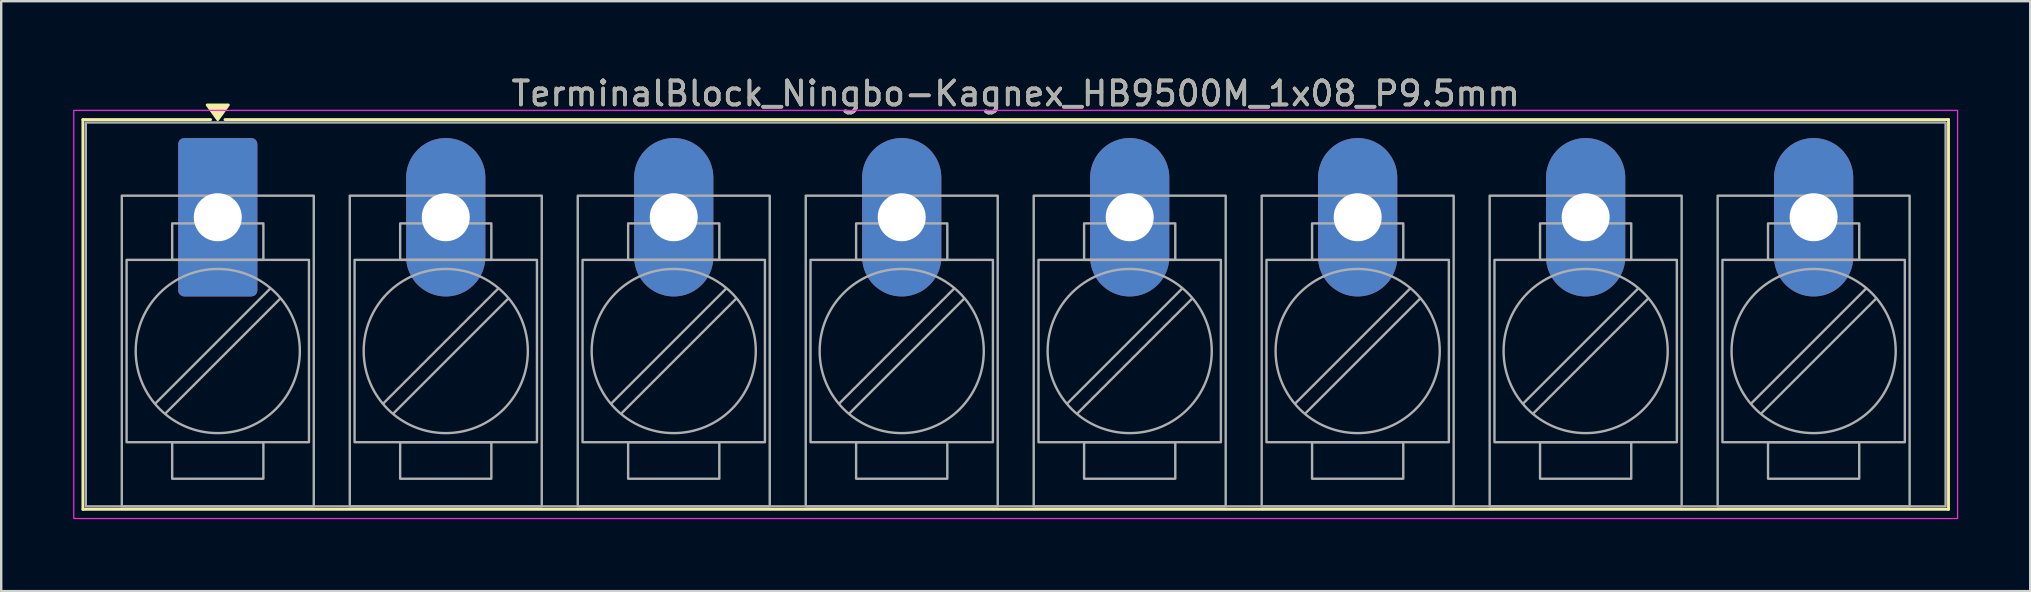
<source format=kicad_pcb>
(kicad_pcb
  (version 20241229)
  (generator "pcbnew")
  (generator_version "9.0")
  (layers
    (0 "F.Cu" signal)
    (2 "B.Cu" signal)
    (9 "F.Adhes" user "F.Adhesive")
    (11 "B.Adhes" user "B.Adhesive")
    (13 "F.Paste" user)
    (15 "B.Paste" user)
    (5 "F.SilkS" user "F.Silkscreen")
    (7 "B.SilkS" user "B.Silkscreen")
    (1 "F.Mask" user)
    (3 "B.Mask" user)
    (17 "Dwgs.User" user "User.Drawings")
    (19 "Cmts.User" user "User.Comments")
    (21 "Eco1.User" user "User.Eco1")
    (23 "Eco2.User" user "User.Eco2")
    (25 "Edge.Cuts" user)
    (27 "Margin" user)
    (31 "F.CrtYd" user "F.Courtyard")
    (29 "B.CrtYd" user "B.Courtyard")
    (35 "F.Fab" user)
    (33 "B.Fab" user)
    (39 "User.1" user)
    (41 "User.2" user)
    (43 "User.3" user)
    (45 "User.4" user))
  (footprint "TerminalBlock_Ningbo-Kagnex_HB9500M_1x08_P9.5mm"
    (layer "F.Cu")
    (at 6.025 6.003)
    (property "Reference" "TerminalBlock_Ningbo-Kagnex_HB9500M_1x08_P9.5mm" (at 33.25 -5.155 0) (layer "F.SilkS") (effects (font (size 1 1) (thickness 0.15))))
    (attr through_hole)
    (fp_line (start -5.62 -4.07) (end -0.3 -4.07) (stroke (width 0.12) (type solid)) (layer "F.SilkS"))
    (fp_line (start -5.62 12.17) (end -5.62 -4.07) (stroke (width 0.12) (type solid)) (layer "F.SilkS"))
    (fp_line (start 0.3 -4.07) (end 72.12 -4.07) (stroke (width 0.12) (type solid)) (layer "F.SilkS"))
    (fp_line (start 72.12 -4.07) (end 72.12 12.17) (stroke (width 0.12) (type solid)) (layer "F.SilkS"))
    (fp_line (start 72.12 12.17) (end -5.62 12.17) (stroke (width 0.12) (type solid)) (layer "F.SilkS"))
    (fp_poly (pts (xy 0 -4.07) (xy -0.44 -4.68) (xy 0.44 -4.68)) (stroke (width 0.12) (type solid)) (fill yes) (layer "F.SilkS"))
    (fp_rect (start -6 -4.455) (end 72.5 12.555) (stroke (width 0.05) (type solid)) (fill no) (layer "F.CrtYd"))
    (fp_line (start 2.176 2.981) (end -2.594 7.751) (stroke (width 0.1) (type solid)) (layer "F.Fab"))
    (fp_line (start 2.594 3.399) (end -2.176 8.169) (stroke (width 0.1) (type solid)) (layer "F.Fab"))
    (fp_line (start 11.676 2.981) (end 6.906 7.751) (stroke (width 0.1) (type solid)) (layer "F.Fab"))
    (fp_line (start 12.094 3.399) (end 7.324 8.169) (stroke (width 0.1) (type solid)) (layer "F.Fab"))
    (fp_line (start 21.176 2.981) (end 16.406 7.751) (stroke (width 0.1) (type solid)) (layer "F.Fab"))
    (fp_line (start 21.594 3.399) (end 16.824 8.169) (stroke (width 0.1) (type solid)) (layer "F.Fab"))
    (fp_line (start 30.676 2.981) (end 25.906 7.751) (stroke (width 0.1) (type solid)) (layer "F.Fab"))
    (fp_line (start 31.094 3.399) (end 26.324 8.169) (stroke (width 0.1) (type solid)) (layer "F.Fab"))
    (fp_line (start 40.176 2.981) (end 35.406 7.751) (stroke (width 0.1) (type solid)) (layer "F.Fab"))
    (fp_line (start 40.594 3.399) (end 35.824 8.169) (stroke (width 0.1) (type solid)) (layer "F.Fab"))
    (fp_line (start 49.676 2.981) (end 44.906 7.751) (stroke (width 0.1) (type solid)) (layer "F.Fab"))
    (fp_line (start 50.094 3.399) (end 45.324 8.169) (stroke (width 0.1) (type solid)) (layer "F.Fab"))
    (fp_line (start 59.176 2.981) (end 54.406 7.751) (stroke (width 0.1) (type solid)) (layer "F.Fab"))
    (fp_line (start 59.594 3.399) (end 54.824 8.169) (stroke (width 0.1) (type solid)) (layer "F.Fab"))
    (fp_line (start 68.676 2.981) (end 63.906 7.751) (stroke (width 0.1) (type solid)) (layer "F.Fab"))
    (fp_line (start 69.094 3.399) (end 64.324 8.169) (stroke (width 0.1) (type solid)) (layer "F.Fab"))
    (fp_rect (start -5.5 -3.95) (end 72 12.05) (stroke (width 0.1) (type solid)) (fill no) (layer "F.Fab"))
    (fp_rect (start -4 -0.9) (end 4 12.05) (stroke (width 0.1) (type solid)) (fill no) (layer "F.Fab"))
    (fp_rect (start -3.8 1.775) (end 3.8 9.375) (stroke (width 0.1) (type solid)) (fill no) (layer "F.Fab"))
    (fp_rect (start -1.9 0.255) (end 1.9 1.775) (stroke (width 0.1) (type solid)) (fill no) (layer "F.Fab"))
    (fp_rect (start -1.9 9.375) (end 1.9 10.895) (stroke (width 0.1) (type solid)) (fill no) (layer "F.Fab"))
    (fp_rect (start 5.5 -0.9) (end 13.5 12.05) (stroke (width 0.1) (type solid)) (fill no) (layer "F.Fab"))
    (fp_rect (start 5.7 1.775) (end 13.3 9.375) (stroke (width 0.1) (type solid)) (fill no) (layer "F.Fab"))
    (fp_rect (start 7.6 0.255) (end 11.4 1.775) (stroke (width 0.1) (type solid)) (fill no) (layer "F.Fab"))
    (fp_rect (start 7.6 9.375) (end 11.4 10.895) (stroke (width 0.1) (type solid)) (fill no) (layer "F.Fab"))
    (fp_rect (start 15 -0.9) (end 23 12.05) (stroke (width 0.1) (type solid)) (fill no) (layer "F.Fab"))
    (fp_rect (start 15.2 1.775) (end 22.8 9.375) (stroke (width 0.1) (type solid)) (fill no) (layer "F.Fab"))
    (fp_rect (start 17.1 0.255) (end 20.9 1.775) (stroke (width 0.1) (type solid)) (fill no) (layer "F.Fab"))
    (fp_rect (start 17.1 9.375) (end 20.9 10.895) (stroke (width 0.1) (type solid)) (fill no) (layer "F.Fab"))
    (fp_rect (start 24.5 -0.9) (end 32.5 12.05) (stroke (width 0.1) (type solid)) (fill no) (layer "F.Fab"))
    (fp_rect (start 24.7 1.775) (end 32.3 9.375) (stroke (width 0.1) (type solid)) (fill no) (layer "F.Fab"))
    (fp_rect (start 26.6 0.255) (end 30.4 1.775) (stroke (width 0.1) (type solid)) (fill no) (layer "F.Fab"))
    (fp_rect (start 26.6 9.375) (end 30.4 10.895) (stroke (width 0.1) (type solid)) (fill no) (layer "F.Fab"))
    (fp_rect (start 34 -0.9) (end 42 12.05) (stroke (width 0.1) (type solid)) (fill no) (layer "F.Fab"))
    (fp_rect (start 34.2 1.775) (end 41.8 9.375) (stroke (width 0.1) (type solid)) (fill no) (layer "F.Fab"))
    (fp_rect (start 36.1 0.255) (end 39.9 1.775) (stroke (width 0.1) (type solid)) (fill no) (layer "F.Fab"))
    (fp_rect (start 36.1 9.375) (end 39.9 10.895) (stroke (width 0.1) (type solid)) (fill no) (layer "F.Fab"))
    (fp_rect (start 43.5 -0.9) (end 51.5 12.05) (stroke (width 0.1) (type solid)) (fill no) (layer "F.Fab"))
    (fp_rect (start 43.7 1.775) (end 51.3 9.375) (stroke (width 0.1) (type solid)) (fill no) (layer "F.Fab"))
    (fp_rect (start 45.6 0.255) (end 49.4 1.775) (stroke (width 0.1) (type solid)) (fill no) (layer "F.Fab"))
    (fp_rect (start 45.6 9.375) (end 49.4 10.895) (stroke (width 0.1) (type solid)) (fill no) (layer "F.Fab"))
    (fp_rect (start 53 -0.9) (end 61 12.05) (stroke (width 0.1) (type solid)) (fill no) (layer "F.Fab"))
    (fp_rect (start 53.2 1.775) (end 60.8 9.375) (stroke (width 0.1) (type solid)) (fill no) (layer "F.Fab"))
    (fp_rect (start 55.1 0.255) (end 58.9 1.775) (stroke (width 0.1) (type solid)) (fill no) (layer "F.Fab"))
    (fp_rect (start 55.1 9.375) (end 58.9 10.895) (stroke (width 0.1) (type solid)) (fill no) (layer "F.Fab"))
    (fp_rect (start 62.5 -0.9) (end 70.5 12.05) (stroke (width 0.1) (type solid)) (fill no) (layer "F.Fab"))
    (fp_rect (start 62.7 1.775) (end 70.3 9.375) (stroke (width 0.1) (type solid)) (fill no) (layer "F.Fab"))
    (fp_rect (start 64.6 0.255) (end 68.4 1.775) (stroke (width 0.1) (type solid)) (fill no) (layer "F.Fab"))
    (fp_rect (start 64.6 9.375) (end 68.4 10.895) (stroke (width 0.1) (type solid)) (fill no) (layer "F.Fab"))
    (fp_circle (center 0 5.575) (end 3.42 5.575) (stroke (width 0.1) (type solid)) (fill no) (layer "F.Fab"))
    (fp_circle (center 9.5 5.575) (end 12.92 5.575) (stroke (width 0.1) (type solid)) (fill no) (layer "F.Fab"))
    (fp_circle (center 19 5.575) (end 22.42 5.575) (stroke (width 0.1) (type solid)) (fill no) (layer "F.Fab"))
    (fp_circle (center 28.5 5.575) (end 31.92 5.575) (stroke (width 0.1) (type solid)) (fill no) (layer "F.Fab"))
    (fp_circle (center 38 5.575) (end 41.42 5.575) (stroke (width 0.1) (type solid)) (fill no) (layer "F.Fab"))
    (fp_circle (center 47.5 5.575) (end 50.92 5.575) (stroke (width 0.1) (type solid)) (fill no) (layer "F.Fab"))
    (fp_circle (center 57 5.575) (end 60.42 5.575) (stroke (width 0.1) (type solid)) (fill no) (layer "F.Fab"))
    (fp_circle (center 66.5 5.575) (end 69.92 5.575) (stroke (width 0.1) (type solid)) (fill no) (layer "F.Fab"))
    (fp_text user "${REFERENCE}" (at 33.25 -5.155 0) (layer "F.Fab") (effects (font (size 1 1) (thickness 0.15))))
    (pad "1" thru_hole roundrect (at 0 0) (size 3.3 6.6) (drill 2) (layers "*.Cu" "*.Mask") (roundrect_rratio 0.076))
    (pad "2" thru_hole oval (at 9.5 0) (size 3.3 6.6) (drill 2) (layers "*.Cu" "*.Mask"))
    (pad "3" thru_hole oval (at 19 0) (size 3.3 6.6) (drill 2) (layers "*.Cu" "*.Mask"))
    (pad "4" thru_hole oval (at 28.5 0) (size 3.3 6.6) (drill 2) (layers "*.Cu" "*.Mask"))
    (pad "5" thru_hole oval (at 38 0) (size 3.3 6.6) (drill 2) (layers "*.Cu" "*.Mask"))
    (pad "6" thru_hole oval (at 47.5 0) (size 3.3 6.6) (drill 2) (layers "*.Cu" "*.Mask"))
    (pad "7" thru_hole oval (at 57 0) (size 3.3 6.6) (drill 2) (layers "*.Cu" "*.Mask"))
    (pad "8" thru_hole oval (at 66.5 0) (size 3.3 6.6) (drill 2) (layers "*.Cu" "*.Mask")))
  (gr_rect
    (start -3 -3)
    (end 81.55 21.583)
    (stroke (width 0.1) (type default))
    (fill no)
    (layer "Edge.Cuts")))
</source>
